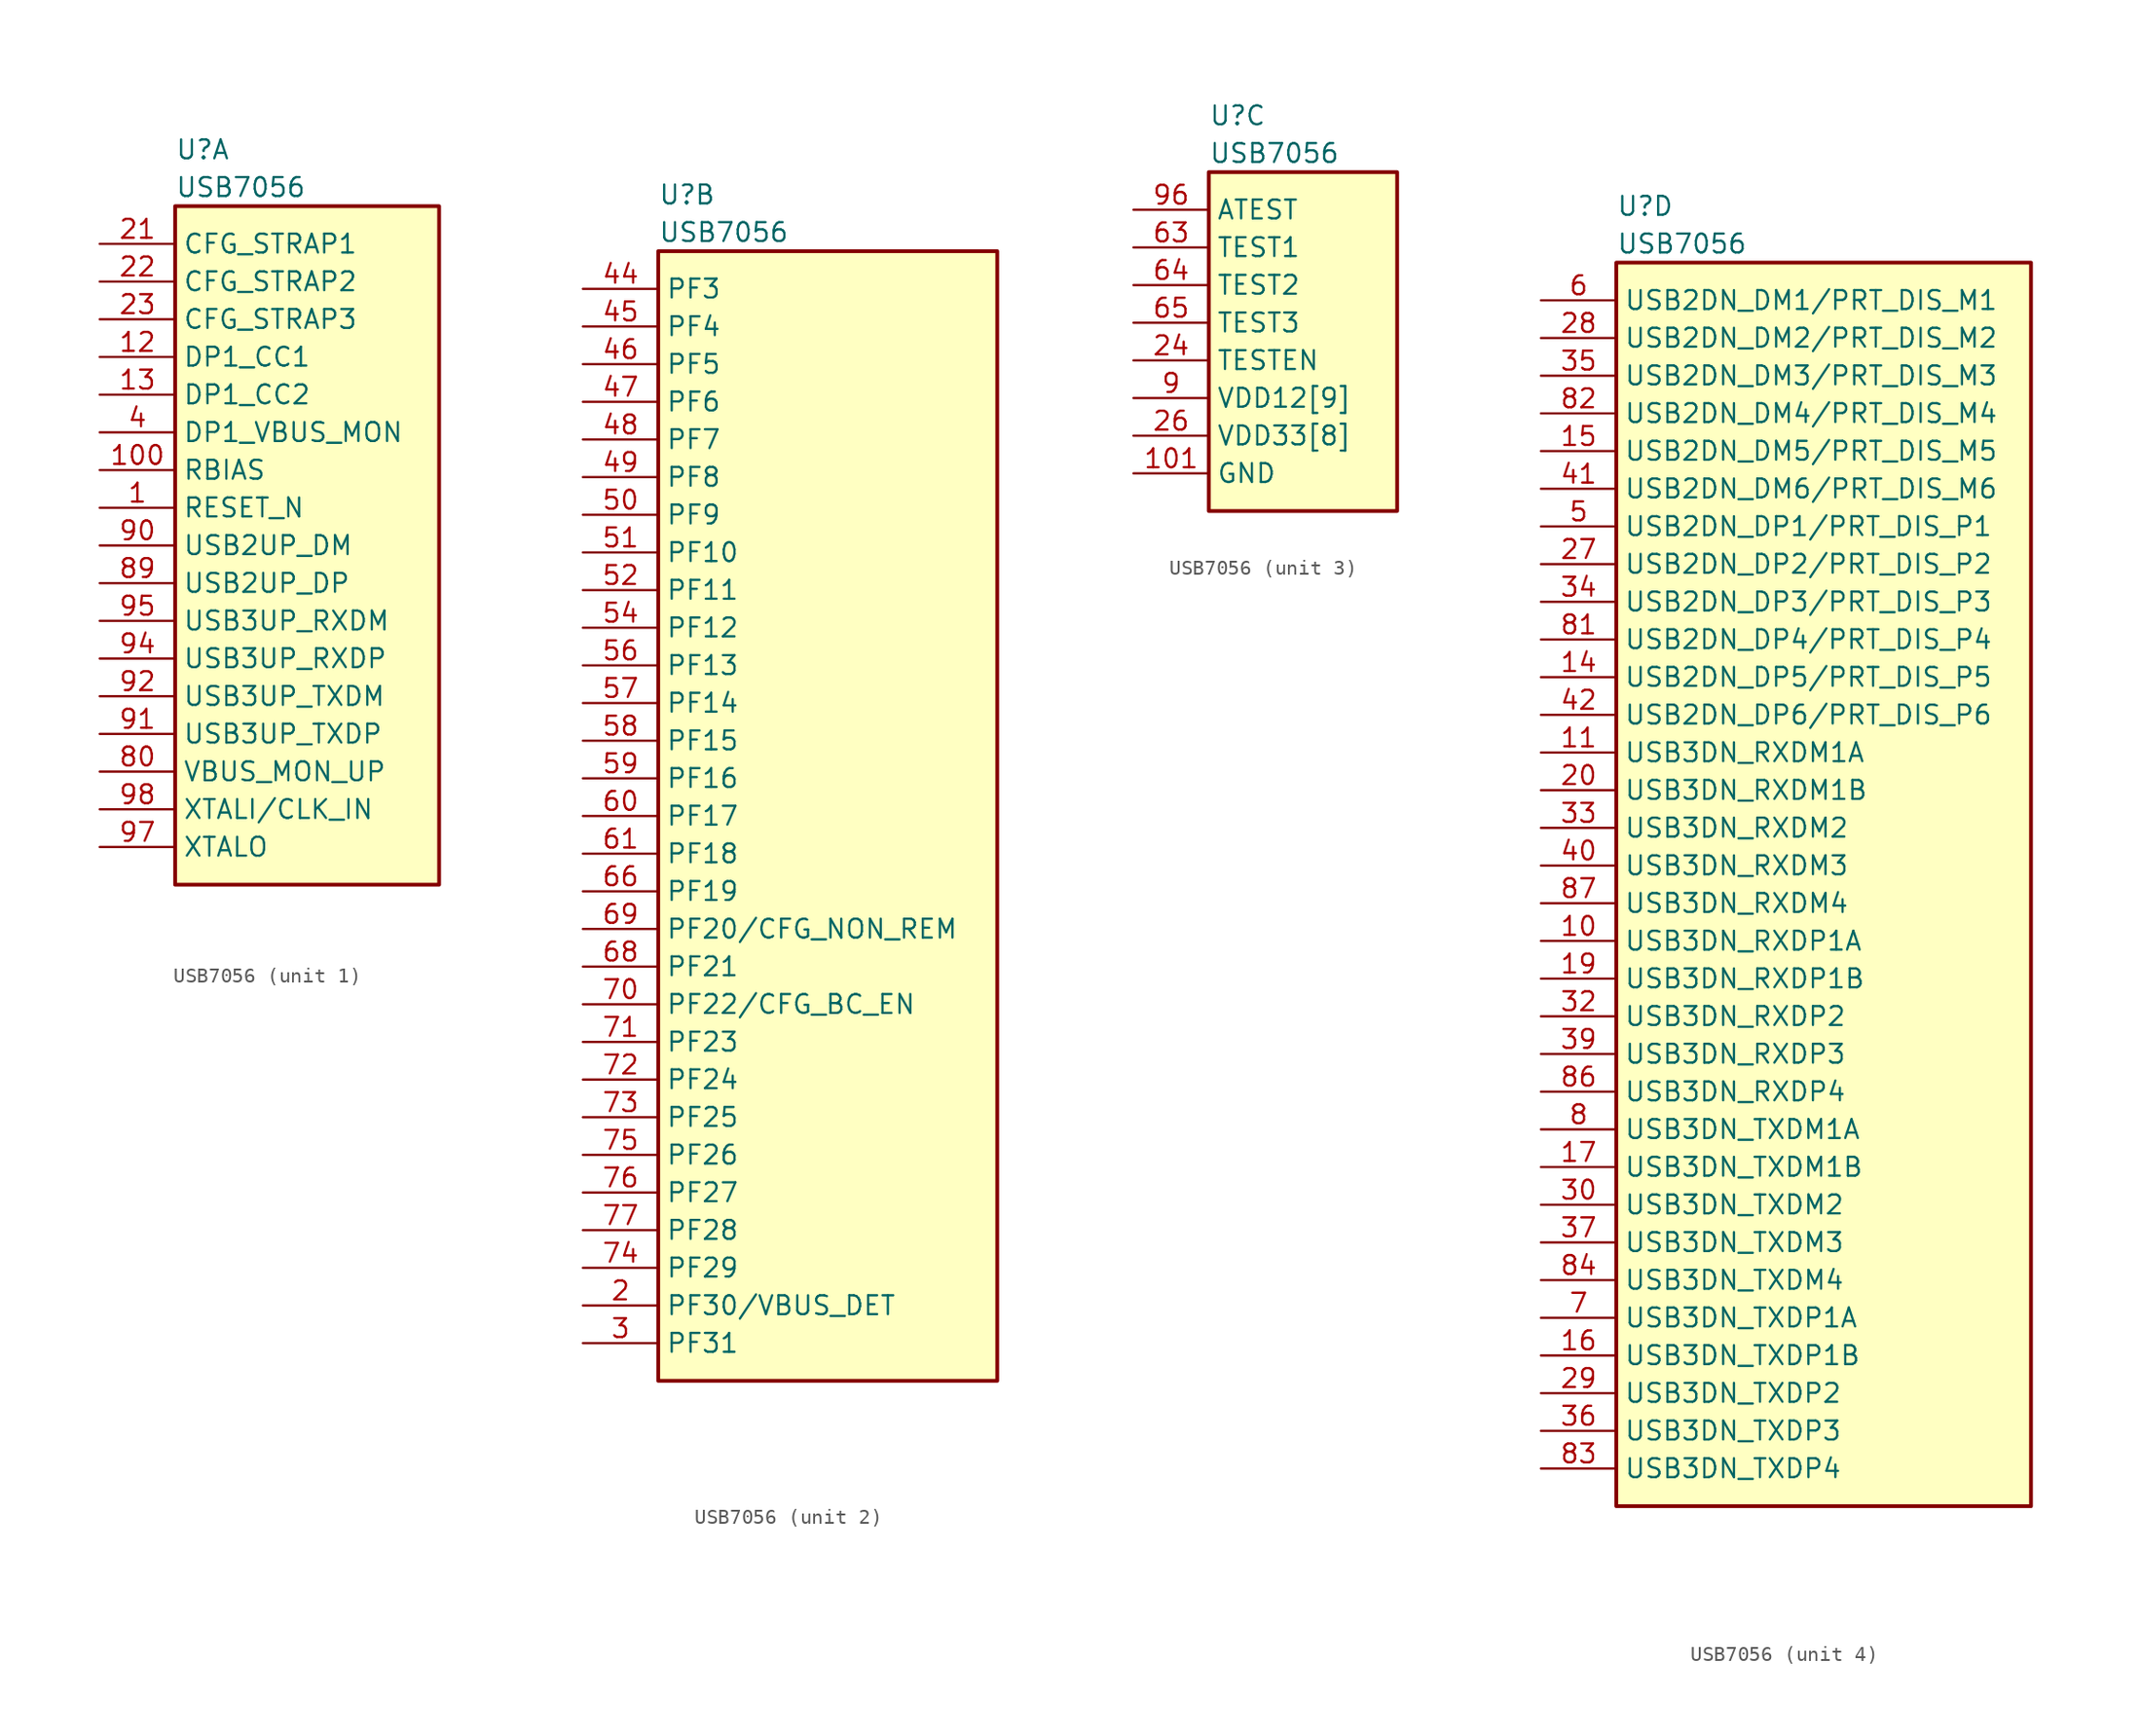
<source format=kicad_sym>
(kicad_symbol_lib
  (version 20211014)
  (generator kicad_symbol_editor)
  (symbol "﻿USB7056"
    (property "Reference" "U"
      (at 5.08 6.35 0)
      (effects (font (size 1.27 1.27)) (justify left)))
    (property "Value" "﻿USB7056"
      (at 5.08 3.81 0)
      (effects (font (size 1.27 1.27)) (justify left)))
    (property "ki_locked" ""
      (at 0 0 0)
      (effects (font (size 1.27 1.27))))
    (symbol "﻿USB7056_1_1"
      (rectangle (start 5.08 2.54) (end 22.86 -43.18) (stroke (width 0.254) (type default) (color 0 0 0 0)) (fill (type background)))
      (pin bidirectional line (at 0 -17.78 0) (length 5.08) (name "RESET_N" (effects (font (size 1.27 1.27)))) (number "1" (effects (font (size 1.27 1.27)))))
      (pin bidirectional line (at 0 -15.24 0) (length 5.08) (name "RBIAS" (effects (font (size 1.27 1.27)))) (number "100" (effects (font (size 1.27 1.27)))))
      (pin bidirectional line (at 0 -7.62 0) (length 5.08) (name "DP1_CC1" (effects (font (size 1.27 1.27)))) (number "12" (effects (font (size 1.27 1.27)))))
      (pin bidirectional line (at 0 -10.16 0) (length 5.08) (name "DP1_CC2" (effects (font (size 1.27 1.27)))) (number "13" (effects (font (size 1.27 1.27)))))
      (pin bidirectional line (at 0 0 0) (length 5.08) (name "CFG_STRAP1" (effects (font (size 1.27 1.27)))) (number "21" (effects (font (size 1.27 1.27)))))
      (pin bidirectional line (at 0 -2.54 0) (length 5.08) (name "CFG_STRAP2" (effects (font (size 1.27 1.27)))) (number "22" (effects (font (size 1.27 1.27)))))
      (pin bidirectional line (at 0 -5.08 0) (length 5.08) (name "CFG_STRAP3" (effects (font (size 1.27 1.27)))) (number "23" (effects (font (size 1.27 1.27)))))
      (pin bidirectional line (at 0 -12.7 0) (length 5.08) (name "DP1_VBUS_MON" (effects (font (size 1.27 1.27)))) (number "4" (effects (font (size 1.27 1.27)))))
      (pin bidirectional line (at 0 -35.56 0) (length 5.08) (name "VBUS_MON_UP" (effects (font (size 1.27 1.27)))) (number "80" (effects (font (size 1.27 1.27)))))
      (pin bidirectional line (at 0 -22.86 0) (length 5.08) (name "USB2UP_DP" (effects (font (size 1.27 1.27)))) (number "89" (effects (font (size 1.27 1.27)))))
      (pin bidirectional line (at 0 -20.32 0) (length 5.08) (name "USB2UP_DM" (effects (font (size 1.27 1.27)))) (number "90" (effects (font (size 1.27 1.27)))))
      (pin bidirectional line (at 0 -33.02 0) (length 5.08) (name "USB3UP_TXDP" (effects (font (size 1.27 1.27)))) (number "91" (effects (font (size 1.27 1.27)))))
      (pin bidirectional line (at 0 -30.48 0) (length 5.08) (name "USB3UP_TXDM" (effects (font (size 1.27 1.27)))) (number "92" (effects (font (size 1.27 1.27)))))
      (pin bidirectional line (at 0 -27.94 0) (length 5.08) (name "USB3UP_RXDP" (effects (font (size 1.27 1.27)))) (number "94" (effects (font (size 1.27 1.27)))))
      (pin bidirectional line (at 0 -25.4 0) (length 5.08) (name "USB3UP_RXDM" (effects (font (size 1.27 1.27)))) (number "95" (effects (font (size 1.27 1.27)))))
      (pin bidirectional line (at 0 -40.64 0) (length 5.08) (name "XTALO" (effects (font (size 1.27 1.27)))) (number "97" (effects (font (size 1.27 1.27)))))
      (pin bidirectional line (at 0 -38.1 0) (length 5.08) (name "XTALI/CLK_IN" (effects (font (size 1.27 1.27)))) (number "98" (effects (font (size 1.27 1.27))))))
    (symbol "﻿USB7056_2_1"
      (rectangle (start 5.08 2.54) (end 27.94 -73.66) (stroke (width 0.254) (type default) (color 0 0 0 0)) (fill (type background)))
      (pin bidirectional line (at 0 -68.58 0) (length 5.08) (name "PF30/VBUS_DET" (effects (font (size 1.27 1.27)))) (number "2" (effects (font (size 1.27 1.27)))))
      (pin bidirectional line (at 0 -71.12 0) (length 5.08) (name "PF31" (effects (font (size 1.27 1.27)))) (number "3" (effects (font (size 1.27 1.27)))))
      (pin bidirectional line (at 0 0 0) (length 5.08) (name "PF3" (effects (font (size 1.27 1.27)))) (number "44" (effects (font (size 1.27 1.27)))))
      (pin bidirectional line (at 0 -2.54 0) (length 5.08) (name "PF4" (effects (font (size 1.27 1.27)))) (number "45" (effects (font (size 1.27 1.27)))))
      (pin bidirectional line (at 0 -5.08 0) (length 5.08) (name "PF5" (effects (font (size 1.27 1.27)))) (number "46" (effects (font (size 1.27 1.27)))))
      (pin bidirectional line (at 0 -7.62 0) (length 5.08) (name "PF6" (effects (font (size 1.27 1.27)))) (number "47" (effects (font (size 1.27 1.27)))))
      (pin bidirectional line (at 0 -10.16 0) (length 5.08) (name "PF7" (effects (font (size 1.27 1.27)))) (number "48" (effects (font (size 1.27 1.27)))))
      (pin bidirectional line (at 0 -12.7 0) (length 5.08) (name "PF8" (effects (font (size 1.27 1.27)))) (number "49" (effects (font (size 1.27 1.27)))))
      (pin bidirectional line (at 0 -15.24 0) (length 5.08) (name "PF9" (effects (font (size 1.27 1.27)))) (number "50" (effects (font (size 1.27 1.27)))))
      (pin bidirectional line (at 0 -17.78 0) (length 5.08) (name "PF10" (effects (font (size 1.27 1.27)))) (number "51" (effects (font (size 1.27 1.27)))))
      (pin bidirectional line (at 0 -20.32 0) (length 5.08) (name "PF11" (effects (font (size 1.27 1.27)))) (number "52" (effects (font (size 1.27 1.27)))))
      (pin bidirectional line (at 0 -22.86 0) (length 5.08) (name "PF12" (effects (font (size 1.27 1.27)))) (number "54" (effects (font (size 1.27 1.27)))))
      (pin bidirectional line (at 0 -25.4 0) (length 5.08) (name "PF13" (effects (font (size 1.27 1.27)))) (number "56" (effects (font (size 1.27 1.27)))))
      (pin bidirectional line (at 0 -27.94 0) (length 5.08) (name "PF14" (effects (font (size 1.27 1.27)))) (number "57" (effects (font (size 1.27 1.27)))))
      (pin bidirectional line (at 0 -30.48 0) (length 5.08) (name "PF15" (effects (font (size 1.27 1.27)))) (number "58" (effects (font (size 1.27 1.27)))))
      (pin bidirectional line (at 0 -33.02 0) (length 5.08) (name "PF16" (effects (font (size 1.27 1.27)))) (number "59" (effects (font (size 1.27 1.27)))))
      (pin bidirectional line (at 0 -35.56 0) (length 5.08) (name "PF17" (effects (font (size 1.27 1.27)))) (number "60" (effects (font (size 1.27 1.27)))))
      (pin bidirectional line (at 0 -38.1 0) (length 5.08) (name "PF18" (effects (font (size 1.27 1.27)))) (number "61" (effects (font (size 1.27 1.27)))))
      (pin bidirectional line (at 0 -40.64 0) (length 5.08) (name "PF19" (effects (font (size 1.27 1.27)))) (number "66" (effects (font (size 1.27 1.27)))))
      (pin bidirectional line (at 0 -45.72 0) (length 5.08) (name "PF21" (effects (font (size 1.27 1.27)))) (number "68" (effects (font (size 1.27 1.27)))))
      (pin bidirectional line (at 0 -43.18 0) (length 5.08) (name "PF20/CFG_NON_REM" (effects (font (size 1.27 1.27)))) (number "69" (effects (font (size 1.27 1.27)))))
      (pin bidirectional line (at 0 -48.26 0) (length 5.08) (name "PF22/CFG_BC_EN" (effects (font (size 1.27 1.27)))) (number "70" (effects (font (size 1.27 1.27)))))
      (pin bidirectional line (at 0 -50.8 0) (length 5.08) (name "PF23" (effects (font (size 1.27 1.27)))) (number "71" (effects (font (size 1.27 1.27)))))
      (pin bidirectional line (at 0 -53.34 0) (length 5.08) (name "PF24" (effects (font (size 1.27 1.27)))) (number "72" (effects (font (size 1.27 1.27)))))
      (pin bidirectional line (at 0 -55.88 0) (length 5.08) (name "PF25" (effects (font (size 1.27 1.27)))) (number "73" (effects (font (size 1.27 1.27)))))
      (pin bidirectional line (at 0 -66.04 0) (length 5.08) (name "PF29" (effects (font (size 1.27 1.27)))) (number "74" (effects (font (size 1.27 1.27)))))
      (pin bidirectional line (at 0 -58.42 0) (length 5.08) (name "PF26" (effects (font (size 1.27 1.27)))) (number "75" (effects (font (size 1.27 1.27)))))
      (pin bidirectional line (at 0 -60.96 0) (length 5.08) (name "PF27" (effects (font (size 1.27 1.27)))) (number "76" (effects (font (size 1.27 1.27)))))
      (pin bidirectional line (at 0 -63.5 0) (length 5.08) (name "PF28" (effects (font (size 1.27 1.27)))) (number "77" (effects (font (size 1.27 1.27))))))
    (symbol "﻿USB7056_3_1"
      (rectangle (start 5.08 2.54) (end 17.78 -20.32) (stroke (width 0.254) (type default) (color 0 0 0 0)) (fill (type background)))
      (pin power_in line (at 0 -17.78 0) (length 5.08) (name "GND" (effects (font (size 1.27 1.27)))) (number "101" (effects (font (size 1.27 1.27)))))
      (pin passive line (at 0 -12.7 0) (length 5.08) hide (name "VDD12[9]" (effects (font (size 1.27 1.27)))) (number "18" (effects (font (size 1.27 1.27)))))
      (pin unspecified line (at 0 -10.16 0) (length 5.08) (name "TESTEN" (effects (font (size 1.27 1.27)))) (number "24" (effects (font (size 1.27 1.27)))))
      (pin passive line (at 0 -12.7 0) (length 5.08) hide (name "VDD12[9]" (effects (font (size 1.27 1.27)))) (number "25" (effects (font (size 1.27 1.27)))))
      (pin power_in line (at 0 -15.24 0) (length 5.08) (name "VDD33[8]" (effects (font (size 1.27 1.27)))) (number "26" (effects (font (size 1.27 1.27)))))
      (pin passive line (at 0 -12.7 0) (length 5.08) hide (name "VDD12[9]" (effects (font (size 1.27 1.27)))) (number "31" (effects (font (size 1.27 1.27)))))
      (pin passive line (at 0 -12.7 0) (length 5.08) hide (name "VDD12[9]" (effects (font (size 1.27 1.27)))) (number "38" (effects (font (size 1.27 1.27)))))
      (pin passive line (at 0 -15.24 0) (length 5.08) hide (name "VDD33[8]" (effects (font (size 1.27 1.27)))) (number "43" (effects (font (size 1.27 1.27)))))
      (pin passive line (at 0 -15.24 0) (length 5.08) hide (name "VDD33[8]" (effects (font (size 1.27 1.27)))) (number "53" (effects (font (size 1.27 1.27)))))
      (pin passive line (at 0 -12.7 0) (length 5.08) hide (name "VDD12[9]" (effects (font (size 1.27 1.27)))) (number "55" (effects (font (size 1.27 1.27)))))
      (pin passive line (at 0 -15.24 0) (length 5.08) hide (name "VDD33[8]" (effects (font (size 1.27 1.27)))) (number "62" (effects (font (size 1.27 1.27)))))
      (pin unspecified line (at 0 -2.54 0) (length 5.08) (name "TEST1" (effects (font (size 1.27 1.27)))) (number "63" (effects (font (size 1.27 1.27)))))
      (pin unspecified line (at 0 -5.08 0) (length 5.08) (name "TEST2" (effects (font (size 1.27 1.27)))) (number "64" (effects (font (size 1.27 1.27)))))
      (pin unspecified line (at 0 -7.62 0) (length 5.08) (name "TEST3" (effects (font (size 1.27 1.27)))) (number "65" (effects (font (size 1.27 1.27)))))
      (pin passive line (at 0 -15.24 0) (length 5.08) hide (name "VDD33[8]" (effects (font (size 1.27 1.27)))) (number "67" (effects (font (size 1.27 1.27)))))
      (pin passive line (at 0 -12.7 0) (length 5.08) hide (name "VDD12[9]" (effects (font (size 1.27 1.27)))) (number "78" (effects (font (size 1.27 1.27)))))
      (pin passive line (at 0 -15.24 0) (length 5.08) hide (name "VDD33[8]" (effects (font (size 1.27 1.27)))) (number "79" (effects (font (size 1.27 1.27)))))
      (pin passive line (at 0 -12.7 0) (length 5.08) hide (name "VDD12[9]" (effects (font (size 1.27 1.27)))) (number "85" (effects (font (size 1.27 1.27)))))
      (pin passive line (at 0 -15.24 0) (length 5.08) hide (name "VDD33[8]" (effects (font (size 1.27 1.27)))) (number "88" (effects (font (size 1.27 1.27)))))
      (pin power_in line (at 0 -12.7 0) (length 5.08) (name "VDD12[9]" (effects (font (size 1.27 1.27)))) (number "9" (effects (font (size 1.27 1.27)))))
      (pin passive line (at 0 -12.7 0) (length 5.08) hide (name "VDD12[9]" (effects (font (size 1.27 1.27)))) (number "93" (effects (font (size 1.27 1.27)))))
      (pin unspecified line (at 0 0 0) (length 5.08) (name "ATEST" (effects (font (size 1.27 1.27)))) (number "96" (effects (font (size 1.27 1.27)))))
      (pin passive line (at 0 -15.24 0) (length 5.08) hide (name "VDD33[8]" (effects (font (size 1.27 1.27)))) (number "99" (effects (font (size 1.27 1.27))))))
    (symbol "﻿USB7056_4_1"
      (rectangle (start 5.08 2.54) (end 33.02 -81.28) (stroke (width 0.254) (type default) (color 0 0 0 0)) (fill (type background)))
      (pin bidirectional line (at 0 -43.18 0) (length 5.08) (name "USB3DN_RXDP1A" (effects (font (size 1.27 1.27)))) (number "10" (effects (font (size 1.27 1.27)))))
      (pin bidirectional line (at 0 -30.48 0) (length 5.08) (name "USB3DN_RXDM1A" (effects (font (size 1.27 1.27)))) (number "11" (effects (font (size 1.27 1.27)))))
      (pin bidirectional line (at 0 -25.4 0) (length 5.08) (name "USB2DN_DP5/PRT_DIS_P5" (effects (font (size 1.27 1.27)))) (number "14" (effects (font (size 1.27 1.27)))))
      (pin bidirectional line (at 0 -10.16 0) (length 5.08) (name "USB2DN_DM5/PRT_DIS_M5" (effects (font (size 1.27 1.27)))) (number "15" (effects (font (size 1.27 1.27)))))
      (pin bidirectional line (at 0 -71.12 0) (length 5.08) (name "USB3DN_TXDP1B" (effects (font (size 1.27 1.27)))) (number "16" (effects (font (size 1.27 1.27)))))
      (pin bidirectional line (at 0 -58.42 0) (length 5.08) (name "USB3DN_TXDM1B" (effects (font (size 1.27 1.27)))) (number "17" (effects (font (size 1.27 1.27)))))
      (pin bidirectional line (at 0 -45.72 0) (length 5.08) (name "USB3DN_RXDP1B" (effects (font (size 1.27 1.27)))) (number "19" (effects (font (size 1.27 1.27)))))
      (pin bidirectional line (at 0 -33.02 0) (length 5.08) (name "USB3DN_RXDM1B" (effects (font (size 1.27 1.27)))) (number "20" (effects (font (size 1.27 1.27)))))
      (pin bidirectional line (at 0 -17.78 0) (length 5.08) (name "USB2DN_DP2/PRT_DIS_P2" (effects (font (size 1.27 1.27)))) (number "27" (effects (font (size 1.27 1.27)))))
      (pin bidirectional line (at 0 -2.54 0) (length 5.08) (name "USB2DN_DM2/PRT_DIS_M2" (effects (font (size 1.27 1.27)))) (number "28" (effects (font (size 1.27 1.27)))))
      (pin bidirectional line (at 0 -73.66 0) (length 5.08) (name "USB3DN_TXDP2" (effects (font (size 1.27 1.27)))) (number "29" (effects (font (size 1.27 1.27)))))
      (pin bidirectional line (at 0 -60.96 0) (length 5.08) (name "USB3DN_TXDM2" (effects (font (size 1.27 1.27)))) (number "30" (effects (font (size 1.27 1.27)))))
      (pin bidirectional line (at 0 -48.26 0) (length 5.08) (name "USB3DN_RXDP2" (effects (font (size 1.27 1.27)))) (number "32" (effects (font (size 1.27 1.27)))))
      (pin bidirectional line (at 0 -35.56 0) (length 5.08) (name "USB3DN_RXDM2" (effects (font (size 1.27 1.27)))) (number "33" (effects (font (size 1.27 1.27)))))
      (pin bidirectional line (at 0 -20.32 0) (length 5.08) (name "USB2DN_DP3/PRT_DIS_P3" (effects (font (size 1.27 1.27)))) (number "34" (effects (font (size 1.27 1.27)))))
      (pin bidirectional line (at 0 -5.08 0) (length 5.08) (name "USB2DN_DM3/PRT_DIS_M3" (effects (font (size 1.27 1.27)))) (number "35" (effects (font (size 1.27 1.27)))))
      (pin bidirectional line (at 0 -76.2 0) (length 5.08) (name "USB3DN_TXDP3" (effects (font (size 1.27 1.27)))) (number "36" (effects (font (size 1.27 1.27)))))
      (pin bidirectional line (at 0 -63.5 0) (length 5.08) (name "USB3DN_TXDM3" (effects (font (size 1.27 1.27)))) (number "37" (effects (font (size 1.27 1.27)))))
      (pin bidirectional line (at 0 -50.8 0) (length 5.08) (name "USB3DN_RXDP3" (effects (font (size 1.27 1.27)))) (number "39" (effects (font (size 1.27 1.27)))))
      (pin bidirectional line (at 0 -38.1 0) (length 5.08) (name "USB3DN_RXDM3" (effects (font (size 1.27 1.27)))) (number "40" (effects (font (size 1.27 1.27)))))
      (pin bidirectional line (at 0 -12.7 0) (length 5.08) (name "USB2DN_DM6/PRT_DIS_M6" (effects (font (size 1.27 1.27)))) (number "41" (effects (font (size 1.27 1.27)))))
      (pin bidirectional line (at 0 -27.94 0) (length 5.08) (name "USB2DN_DP6/PRT_DIS_P6" (effects (font (size 1.27 1.27)))) (number "42" (effects (font (size 1.27 1.27)))))
      (pin bidirectional line (at 0 -15.24 0) (length 5.08) (name "USB2DN_DP1/PRT_DIS_P1" (effects (font (size 1.27 1.27)))) (number "5" (effects (font (size 1.27 1.27)))))
      (pin bidirectional line (at 0 0 0) (length 5.08) (name "USB2DN_DM1/PRT_DIS_M1" (effects (font (size 1.27 1.27)))) (number "6" (effects (font (size 1.27 1.27)))))
      (pin bidirectional line (at 0 -68.58 0) (length 5.08) (name "USB3DN_TXDP1A" (effects (font (size 1.27 1.27)))) (number "7" (effects (font (size 1.27 1.27)))))
      (pin bidirectional line (at 0 -55.88 0) (length 5.08) (name "USB3DN_TXDM1A" (effects (font (size 1.27 1.27)))) (number "8" (effects (font (size 1.27 1.27)))))
      (pin bidirectional line (at 0 -22.86 0) (length 5.08) (name "USB2DN_DP4/PRT_DIS_P4" (effects (font (size 1.27 1.27)))) (number "81" (effects (font (size 1.27 1.27)))))
      (pin bidirectional line (at 0 -7.62 0) (length 5.08) (name "USB2DN_DM4/PRT_DIS_M4" (effects (font (size 1.27 1.27)))) (number "82" (effects (font (size 1.27 1.27)))))
      (pin bidirectional line (at 0 -78.74 0) (length 5.08) (name "USB3DN_TXDP4" (effects (font (size 1.27 1.27)))) (number "83" (effects (font (size 1.27 1.27)))))
      (pin bidirectional line (at 0 -66.04 0) (length 5.08) (name "USB3DN_TXDM4" (effects (font (size 1.27 1.27)))) (number "84" (effects (font (size 1.27 1.27)))))
      (pin bidirectional line (at 0 -53.34 0) (length 5.08) (name "USB3DN_RXDP4" (effects (font (size 1.27 1.27)))) (number "86" (effects (font (size 1.27 1.27)))))
      (pin bidirectional line (at 0 -40.64 0) (length 5.08) (name "USB3DN_RXDM4" (effects (font (size 1.27 1.27)))) (number "87" (effects (font (size 1.27 1.27))))))))
</source>
